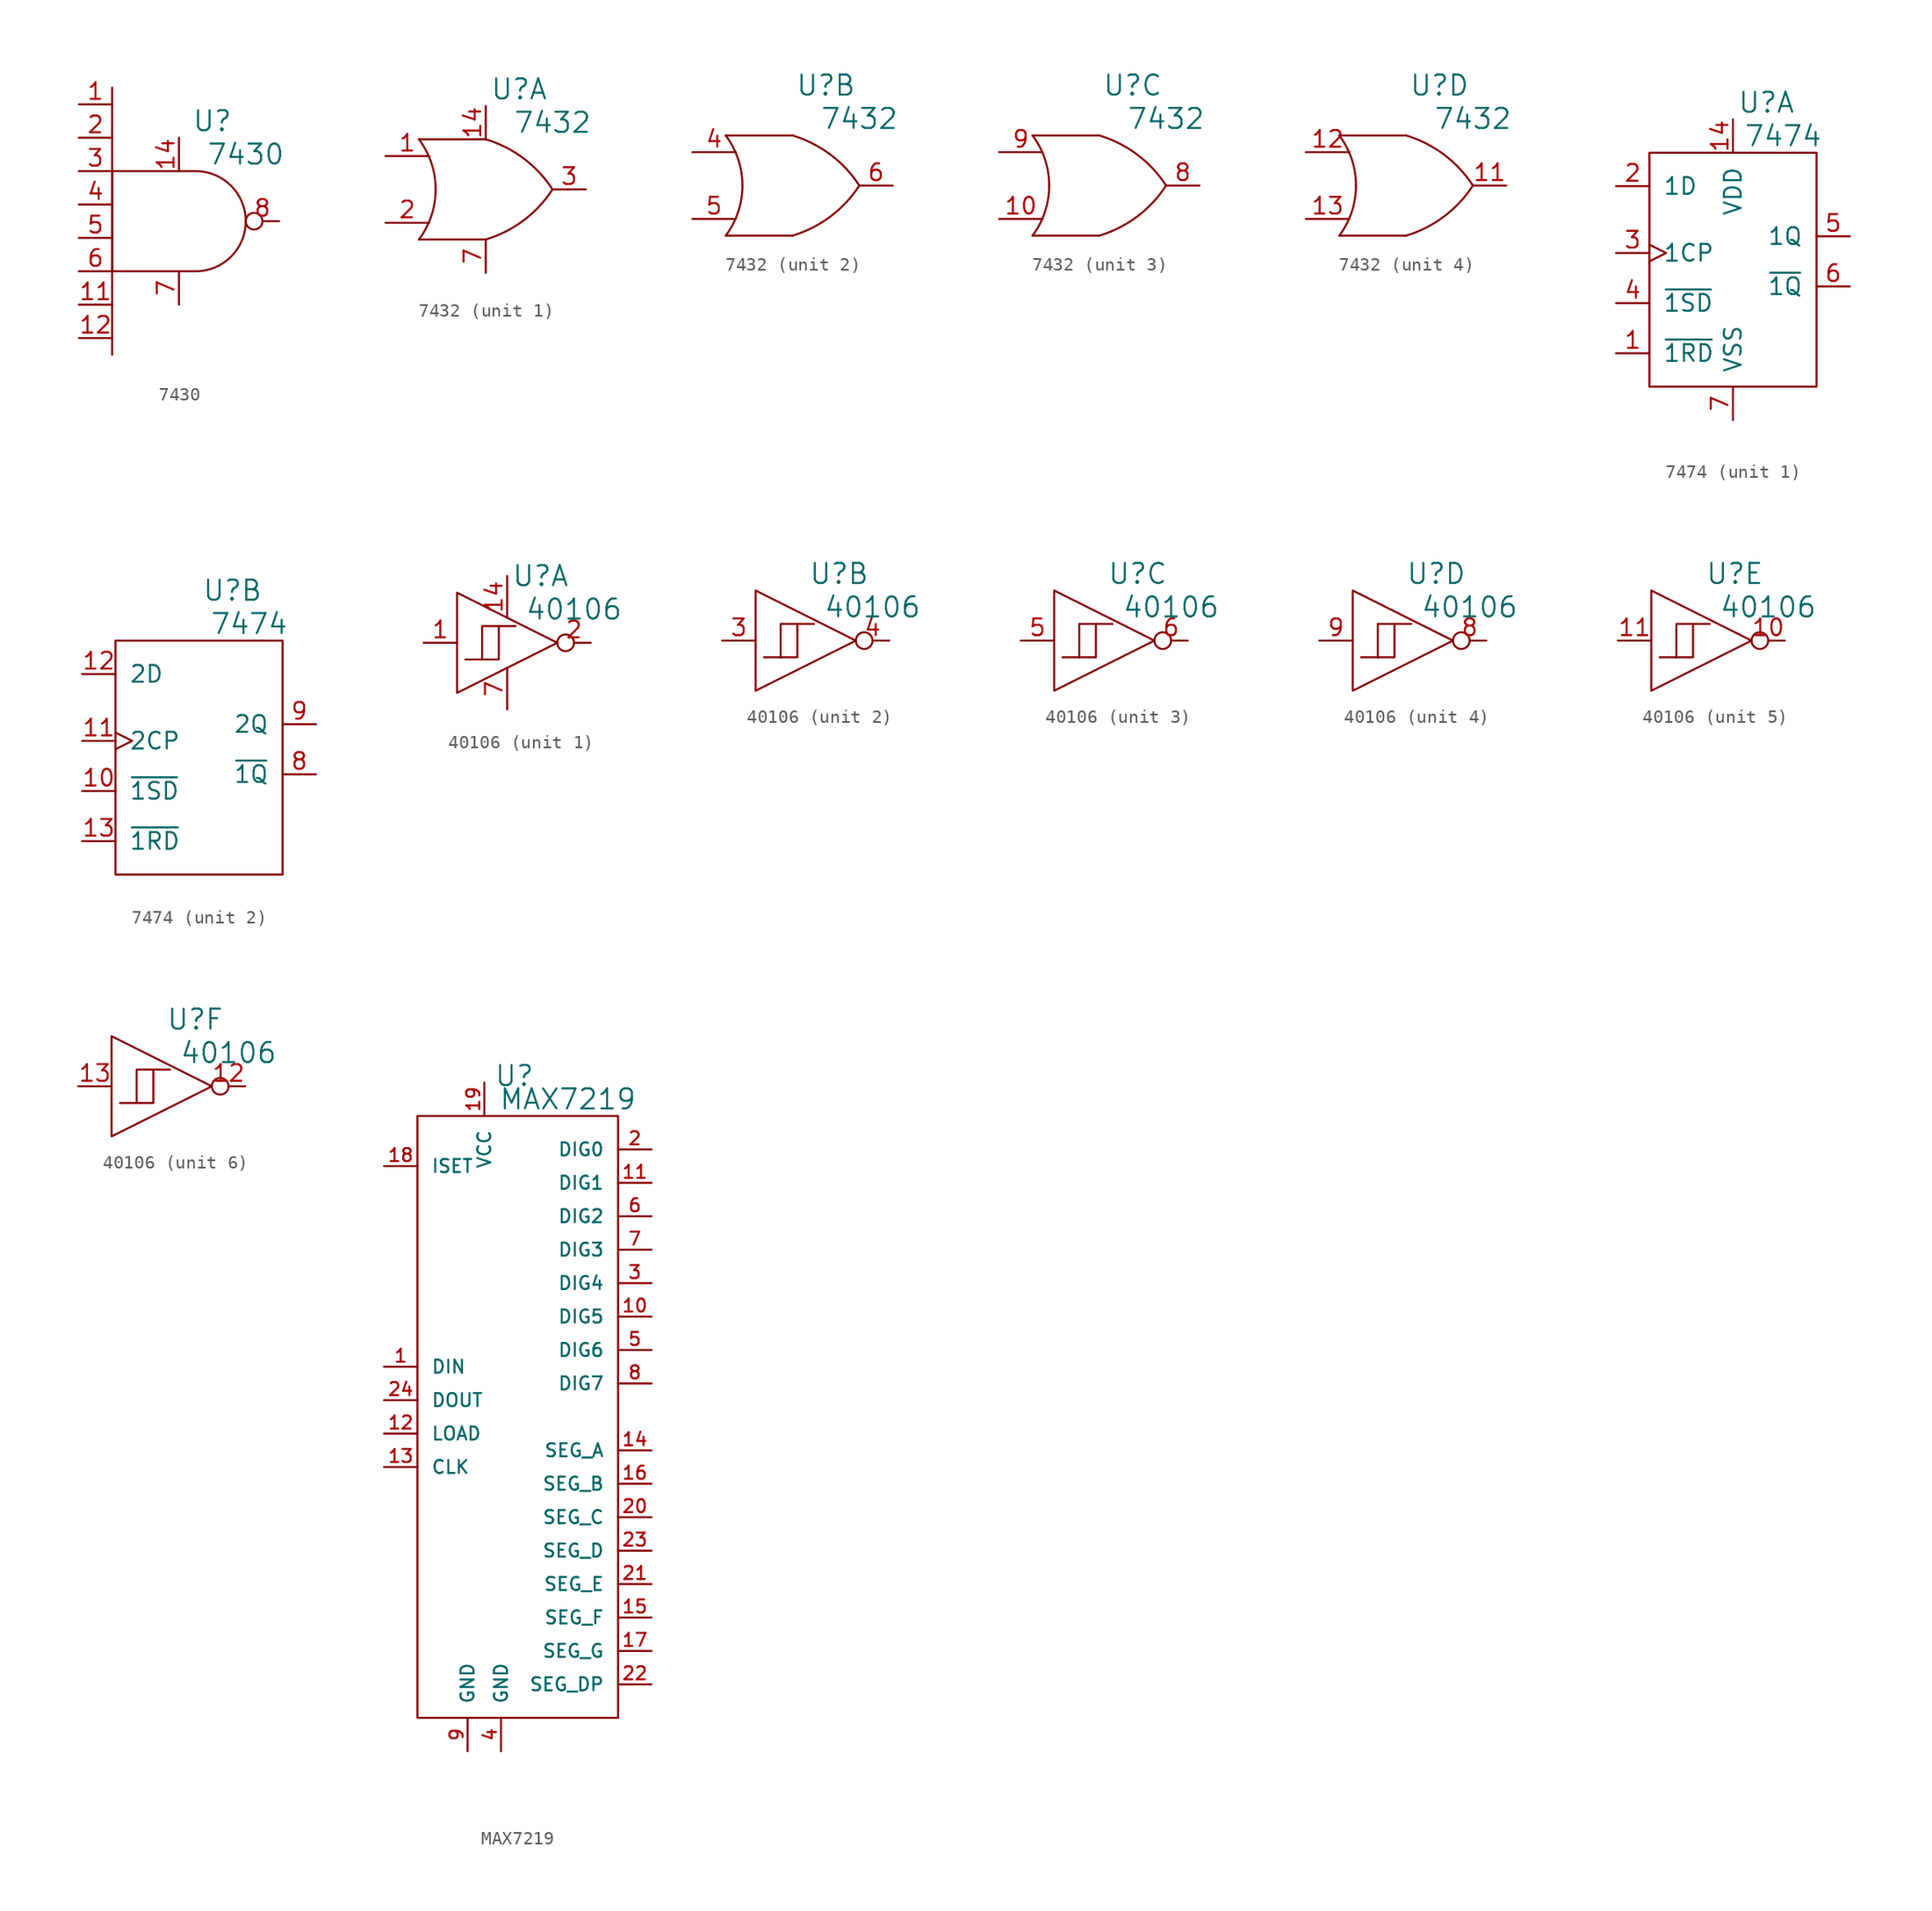
<source format=kicad_sym>
(kicad_symbol_lib
  (version 20220914)
  (generator kicad_symbol_editor)
  (symbol "7430"
    (pin_names
      (offset 1.016) hide)
    (property "Reference" "U"
      (at 2.54 7.62 0)
      (effects (font (size 1.524 1.524))))
    (property "Value" "7430"
      (at 5.08 5.08 0)
      (effects (font (size 1.524 1.524))))
    (property "Footprint" ""
      (at 0 0 0)
      (effects (font (size 1.524 1.524))))
    (property "Datasheet" ""
      (at 0 0 0)
      (effects (font (size 1.524 1.524))))
    (symbol "7430_0_1"
      (polyline (pts (xy -5.08 10.16) (xy -5.08 -10.16) (xy -5.08 -10.16)) (stroke (width 0) (type solid)) (fill (type none)))
      (polyline (pts (xy 1.27 3.81) (xy -5.08 3.81) (xy -5.08 -3.81) (xy 1.27 -3.81) (xy 1.27 -3.81)) (stroke (width 0) (type solid)) (fill (type none)))
      (arc (start 1.27 -3.81) (mid 5.0634 0) (end 1.27 3.81) (stroke (width 0) (type solid)) (fill (type none))))
    (symbol "7430_1_1"
      (pin passive line (at -7.62 8.89 0) (length 2.54) (name "1A" (effects (font (size 1.27 1.27)))) (number "1" (effects (font (size 1.27 1.27)))))
      (pin passive line (at -7.62 -6.35 0) (length 2.54) (name "1G" (effects (font (size 1.27 1.27)))) (number "11" (effects (font (size 1.27 1.27)))))
      (pin passive line (at -7.62 -8.89 0) (length 2.54) (name "1H" (effects (font (size 1.27 1.27)))) (number "12" (effects (font (size 1.27 1.27)))))
      (pin passive line (at 0 6.35 270) (length 2.54) (name "VDD" (effects (font (size 1.27 1.27)))) (number "14" (effects (font (size 1.27 1.27)))))
      (pin passive line (at -7.62 6.35 0) (length 2.54) (name "1B" (effects (font (size 1.27 1.27)))) (number "2" (effects (font (size 1.27 1.27)))))
      (pin passive line (at -7.62 3.81 0) (length 2.54) (name "1C" (effects (font (size 1.27 1.27)))) (number "3" (effects (font (size 1.27 1.27)))))
      (pin passive line (at -7.62 1.27 0) (length 2.54) (name "1D" (effects (font (size 1.27 1.27)))) (number "4" (effects (font (size 1.27 1.27)))))
      (pin passive line (at -7.62 -1.27 0) (length 2.54) (name "1E" (effects (font (size 1.27 1.27)))) (number "5" (effects (font (size 1.27 1.27)))))
      (pin passive line (at -7.62 -3.81 0) (length 2.54) (name "1F" (effects (font (size 1.27 1.27)))) (number "6" (effects (font (size 1.27 1.27)))))
      (pin passive line (at 0 -6.35 90) (length 2.54) (name "VSS" (effects (font (size 1.27 1.27)))) (number "7" (effects (font (size 1.27 1.27)))))
      (pin passive inverted (at 7.62 0 180) (length 2.54) (name "1Y" (effects (font (size 1.27 1.27)))) (number "8" (effects (font (size 1.27 1.27)))))))
  (symbol "7432"
    (pin_names
      (offset 1.016) hide)
    (property "Reference" "U"
      (at 2.54 7.62 0)
      (effects (font (size 1.524 1.524))))
    (property "Value" "7432"
      (at 5.08 5.08 0)
      (effects (font (size 1.524 1.524))))
    (property "Footprint" ""
      (at 0 0 0)
      (effects (font (size 1.524 1.524))))
    (property "Datasheet" ""
      (at 0 0 0)
      (effects (font (size 1.524 1.524))))
    (symbol "7432_0_1"
      (arc (start -5.08 -3.81) (mid -4.1359 -2.008) (end -3.81 0) (stroke (width 0) (type solid)) (fill (type none)))
      (arc (start -3.81 0) (mid -4.1359 2.008) (end -5.08 3.81) (stroke (width 0) (type solid)) (fill (type none)))
      (arc (start 0 -3.81) (mid 2.8791 -2.3571) (end 5.08 0) (stroke (width 0) (type solid)) (fill (type none)))
      (polyline (pts (xy -5.08 -3.81) (xy 0 -3.81) (xy 0 -3.81)) (stroke (width 0) (type solid)) (fill (type none)))
      (polyline (pts (xy 0 3.81) (xy -5.08 3.81) (xy -5.08 3.81)) (stroke (width 0) (type solid)) (fill (type none)))
      (arc (start 5.08 0) (mid 2.8791 2.3571) (end 0 3.81) (stroke (width 0) (type solid)) (fill (type none))))
    (symbol "7432_1_1"
      (pin passive line (at -7.62 2.54 0) (length 3.302) (name "1A" (effects (font (size 1.27 1.27)))) (number "1" (effects (font (size 1.27 1.27)))))
      (pin passive line (at 0 6.35 270) (length 2.54) (name "VDD" (effects (font (size 1.27 1.27)))) (number "14" (effects (font (size 1.27 1.27)))))
      (pin passive line (at -7.62 -2.54 0) (length 3.302) (name "1B" (effects (font (size 1.27 1.27)))) (number "2" (effects (font (size 1.27 1.27)))))
      (pin passive line (at 7.62 0 180) (length 2.54) (name "1Y" (effects (font (size 1.27 1.27)))) (number "3" (effects (font (size 1.27 1.27)))))
      (pin passive line (at 0 -6.35 90) (length 2.54) (name "VSS" (effects (font (size 1.27 1.27)))) (number "7" (effects (font (size 1.27 1.27))))))
    (symbol "7432_2_1"
      (pin passive line (at -7.62 2.54 0) (length 3.302) (name "2A" (effects (font (size 1.27 1.27)))) (number "4" (effects (font (size 1.27 1.27)))))
      (pin passive line (at -7.62 -2.54 0) (length 3.302) (name "2B" (effects (font (size 1.27 1.27)))) (number "5" (effects (font (size 1.27 1.27)))))
      (pin passive line (at 7.62 0 180) (length 2.54) (name "2Y" (effects (font (size 1.27 1.27)))) (number "6" (effects (font (size 1.27 1.27))))))
    (symbol "7432_3_1"
      (pin passive line (at -7.62 -2.54 0) (length 3.302) (name "3B" (effects (font (size 1.27 1.27)))) (number "10" (effects (font (size 1.27 1.27)))))
      (pin passive line (at 7.62 0 180) (length 2.54) (name "3Y" (effects (font (size 1.27 1.27)))) (number "8" (effects (font (size 1.27 1.27)))))
      (pin passive line (at -7.62 2.54 0) (length 3.302) (name "3A" (effects (font (size 1.27 1.27)))) (number "9" (effects (font (size 1.27 1.27))))))
    (symbol "7432_4_1"
      (pin passive line (at 7.62 0 180) (length 2.54) (name "4Y" (effects (font (size 1.27 1.27)))) (number "11" (effects (font (size 1.27 1.27)))))
      (pin passive line (at -7.62 2.54 0) (length 3.302) (name "4A" (effects (font (size 1.27 1.27)))) (number "12" (effects (font (size 1.27 1.27)))))
      (pin passive line (at -7.62 -2.54 0) (length 3.302) (name "4B" (effects (font (size 1.27 1.27)))) (number "13" (effects (font (size 1.27 1.27)))))))
  (symbol "7474"
    (pin_names
      (offset 1.016))
    (property "Reference" "U"
      (at 2.54 12.7 0)
      (effects (font (size 1.524 1.524))))
    (property "Value" "7474"
      (at 3.81 10.16 0)
      (effects (font (size 1.524 1.524))))
    (property "Footprint" ""
      (at 0 0 0)
      (effects (font (size 1.524 1.524))))
    (property "Datasheet" ""
      (at 0 0 0)
      (effects (font (size 1.524 1.524))))
    (symbol "7474_0_1"
      (rectangle (start 6.35 8.89) (end -6.35 -8.89) (stroke (width 0) (type solid)) (fill (type none))))
    (symbol "7474_1_1"
      (pin passive line (at -8.89 -6.35 0) (length 2.54) (name "~{1RD}" (effects (font (size 1.27 1.27)))) (number "1" (effects (font (size 1.27 1.27)))))
      (pin passive line (at 0 11.43 270) (length 2.54) (name "VDD" (effects (font (size 1.27 1.27)))) (number "14" (effects (font (size 1.27 1.27)))))
      (pin passive line (at -8.89 6.35 0) (length 2.54) (name "1D" (effects (font (size 1.27 1.27)))) (number "2" (effects (font (size 1.27 1.27)))))
      (pin passive clock (at -8.89 1.27 0) (length 2.54) (name "1CP" (effects (font (size 1.27 1.27)))) (number "3" (effects (font (size 1.27 1.27)))))
      (pin passive line (at -8.89 -2.54 0) (length 2.54) (name "~{1SD}" (effects (font (size 1.27 1.27)))) (number "4" (effects (font (size 1.27 1.27)))))
      (pin passive line (at 8.89 2.54 180) (length 2.54) (name "1Q" (effects (font (size 1.27 1.27)))) (number "5" (effects (font (size 1.27 1.27)))))
      (pin passive line (at 8.89 -1.27 180) (length 2.54) (name "~{1Q}" (effects (font (size 1.27 1.27)))) (number "6" (effects (font (size 1.27 1.27)))))
      (pin passive line (at 0 -11.43 90) (length 2.54) (name "VSS" (effects (font (size 1.27 1.27)))) (number "7" (effects (font (size 1.27 1.27))))))
    (symbol "7474_2_1"
      (pin passive line (at -8.89 -2.54 0) (length 2.54) (name "~{1SD}" (effects (font (size 1.27 1.27)))) (number "10" (effects (font (size 1.27 1.27)))))
      (pin passive clock (at -8.89 1.27 0) (length 2.54) (name "2CP" (effects (font (size 1.27 1.27)))) (number "11" (effects (font (size 1.27 1.27)))))
      (pin passive line (at -8.89 6.35 0) (length 2.54) (name "2D" (effects (font (size 1.27 1.27)))) (number "12" (effects (font (size 1.27 1.27)))))
      (pin passive line (at -8.89 -6.35 0) (length 2.54) (name "~{1RD}" (effects (font (size 1.27 1.27)))) (number "13" (effects (font (size 1.27 1.27)))))
      (pin passive line (at 8.89 -1.27 180) (length 2.54) (name "~{1Q}" (effects (font (size 1.27 1.27)))) (number "8" (effects (font (size 1.27 1.27)))))
      (pin passive line (at 8.89 2.54 180) (length 2.54) (name "2Q" (effects (font (size 1.27 1.27)))) (number "9" (effects (font (size 1.27 1.27)))))))
  (symbol "40106"
    (pin_names
      (offset 1.016) hide)
    (property "Reference" "U"
      (at 2.54 5.08 0)
      (effects (font (size 1.524 1.524))))
    (property "Value" "40106"
      (at 5.08 2.54 0)
      (effects (font (size 1.524 1.524))))
    (property "Footprint" ""
      (at 0 0 0)
      (effects (font (size 1.524 1.524))))
    (property "Datasheet" ""
      (at 0 0 0)
      (effects (font (size 1.524 1.524))))
    (symbol "40106_0_1"
      (polyline (pts (xy -0.635 1.27) (xy -1.905 1.27) (xy -1.905 -1.27) (xy -1.905 -1.27)) (stroke (width 0) (type solid)) (fill (type none)))
      (polyline (pts (xy -3.81 3.81) (xy -3.81 -3.81) (xy 3.81 0) (xy -3.81 3.81) (xy -3.81 3.81)) (stroke (width 0) (type solid)) (fill (type none)))
      (polyline (pts (xy -3.175 -1.27) (xy -0.635 -1.27) (xy -0.635 1.27) (xy 0.635 1.27) (xy 0.635 1.27)) (stroke (width 0) (type solid)) (fill (type none))))
    (symbol "40106_1_1"
      (pin passive line (at -6.35 0 0) (length 2.54) (name "1A" (effects (font (size 1.27 1.27)))) (number "1" (effects (font (size 1.27 1.27)))))
      (pin passive line (at 0 5.08 270) (length 3.175) (name "VDD" (effects (font (size 1.27 1.27)))) (number "14" (effects (font (size 1.27 1.27)))))
      (pin passive inverted (at 6.35 0 180) (length 2.54) (name "6Y" (effects (font (size 1.27 1.27)))) (number "2" (effects (font (size 1.27 1.27)))))
      (pin passive line (at 0 -5.08 90) (length 3.175) (name "VSS" (effects (font (size 1.27 1.27)))) (number "7" (effects (font (size 1.27 1.27))))))
    (symbol "40106_2_1"
      (pin passive line (at -6.35 0 0) (length 2.54) (name "2A" (effects (font (size 1.27 1.27)))) (number "3" (effects (font (size 1.27 1.27)))))
      (pin passive inverted (at 6.35 0 180) (length 2.54) (name "6Y" (effects (font (size 1.27 1.27)))) (number "4" (effects (font (size 1.27 1.27))))))
    (symbol "40106_3_1"
      (pin passive line (at -6.35 0 0) (length 2.54) (name "3A" (effects (font (size 1.27 1.27)))) (number "5" (effects (font (size 1.27 1.27)))))
      (pin passive inverted (at 6.35 0 180) (length 2.54) (name "6Y" (effects (font (size 1.27 1.27)))) (number "6" (effects (font (size 1.27 1.27))))))
    (symbol "40106_4_1"
      (pin passive inverted (at 6.35 0 180) (length 2.54) (name "6Y" (effects (font (size 1.27 1.27)))) (number "8" (effects (font (size 1.27 1.27)))))
      (pin passive line (at -6.35 0 0) (length 2.54) (name "4A" (effects (font (size 1.27 1.27)))) (number "9" (effects (font (size 1.27 1.27))))))
    (symbol "40106_5_1"
      (pin passive inverted (at 6.35 0 180) (length 2.54) (name "6Y" (effects (font (size 1.27 1.27)))) (number "10" (effects (font (size 1.27 1.27)))))
      (pin passive line (at -6.35 0 0) (length 2.54) (name "5A" (effects (font (size 1.27 1.27)))) (number "11" (effects (font (size 1.27 1.27))))))
    (symbol "40106_6_1"
      (pin passive inverted (at 6.35 0 180) (length 2.54) (name "6Y" (effects (font (size 1.27 1.27)))) (number "12" (effects (font (size 1.27 1.27)))))
      (pin passive line (at -6.35 0 0) (length 2.54) (name "6A" (effects (font (size 1.27 1.27)))) (number "13" (effects (font (size 1.27 1.27)))))))
  (symbol "MAX7219"
    (pin_names
      (offset 1.016))
    (property "Reference" "U"
      (at -0.254 25.908 0)
      (effects (font (size 1.524 1.524))))
    (property "Value" "MAX7219"
      (at 3.81 24.13 0)
      (effects (font (size 1.524 1.524))))
    (property "Footprint" ""
      (at -2.54 0 0)
      (effects (font (size 1.524 1.524))))
    (property "Datasheet" ""
      (at 0 0 0)
      (effects (font (size 1.524 1.524))))
    (symbol "MAX7219_0_1"
      (rectangle (start -7.62 22.86) (end 7.62 -22.86) (stroke (width 0) (type solid)) (fill (type none))))
    (symbol "MAX7219_1_1"
      (pin passive line (at -10.16 3.81 0) (length 2.54) (name "DIN" (effects (font (size 0.991 0.991)))) (number "1" (effects (font (size 0.991 0.991)))))
      (pin passive line (at 10.16 7.62 180) (length 2.54) (name "DIG5" (effects (font (size 0.991 0.991)))) (number "10" (effects (font (size 0.991 0.991)))))
      (pin passive line (at 10.16 17.78 180) (length 2.54) (name "DIG1" (effects (font (size 0.991 0.991)))) (number "11" (effects (font (size 0.991 0.991)))))
      (pin passive line (at -10.16 -1.27 0) (length 2.54) (name "LOAD" (effects (font (size 0.991 0.991)))) (number "12" (effects (font (size 0.991 0.991)))))
      (pin passive line (at -10.16 -3.81 0) (length 2.54) (name "CLK" (effects (font (size 0.991 0.991)))) (number "13" (effects (font (size 0.991 0.991)))))
      (pin passive line (at 10.16 -2.54 180) (length 2.54) (name "SEG_A" (effects (font (size 0.991 0.991)))) (number "14" (effects (font (size 0.991 0.991)))))
      (pin passive line (at 10.16 -15.24 180) (length 2.54) (name "SEG_F" (effects (font (size 0.991 0.991)))) (number "15" (effects (font (size 0.991 0.991)))))
      (pin passive line (at 10.16 -5.08 180) (length 2.54) (name "SEG_B" (effects (font (size 0.991 0.991)))) (number "16" (effects (font (size 0.991 0.991)))))
      (pin passive line (at 10.16 -17.78 180) (length 2.54) (name "SEG_G" (effects (font (size 0.991 0.991)))) (number "17" (effects (font (size 0.991 0.991)))))
      (pin passive line (at -10.16 19.05 0) (length 2.54) (name "ISET" (effects (font (size 0.991 0.991)))) (number "18" (effects (font (size 0.991 0.991)))))
      (pin passive line (at -2.54 25.4 270) (length 2.54) (name "VCC" (effects (font (size 0.991 0.991)))) (number "19" (effects (font (size 0.991 0.991)))))
      (pin passive line (at 10.16 20.32 180) (length 2.54) (name "DIG0" (effects (font (size 0.991 0.991)))) (number "2" (effects (font (size 0.991 0.991)))))
      (pin passive line (at 10.16 -7.62 180) (length 2.54) (name "SEG_C" (effects (font (size 0.991 0.991)))) (number "20" (effects (font (size 0.991 0.991)))))
      (pin passive line (at 10.16 -12.7 180) (length 2.54) (name "SEG_E" (effects (font (size 0.991 0.991)))) (number "21" (effects (font (size 0.991 0.991)))))
      (pin passive line (at 10.16 -20.32 180) (length 2.54) (name "SEG_DP" (effects (font (size 0.991 0.991)))) (number "22" (effects (font (size 0.991 0.991)))))
      (pin passive line (at 10.16 -10.16 180) (length 2.54) (name "SEG_D" (effects (font (size 0.991 0.991)))) (number "23" (effects (font (size 0.991 0.991)))))
      (pin passive line (at -10.16 1.27 0) (length 2.54) (name "DOUT" (effects (font (size 0.991 0.991)))) (number "24" (effects (font (size 0.991 0.991)))))
      (pin passive line (at 10.16 10.16 180) (length 2.54) (name "DIG4" (effects (font (size 0.991 0.991)))) (number "3" (effects (font (size 0.991 0.991)))))
      (pin passive line (at -1.27 -25.4 90) (length 2.54) (name "GND" (effects (font (size 0.991 0.991)))) (number "4" (effects (font (size 0.991 0.991)))))
      (pin passive line (at 10.16 5.08 180) (length 2.54) (name "DIG6" (effects (font (size 0.991 0.991)))) (number "5" (effects (font (size 0.991 0.991)))))
      (pin passive line (at 10.16 15.24 180) (length 2.54) (name "DIG2" (effects (font (size 0.991 0.991)))) (number "6" (effects (font (size 0.991 0.991)))))
      (pin passive line (at 10.16 12.7 180) (length 2.54) (name "DIG3" (effects (font (size 0.991 0.991)))) (number "7" (effects (font (size 0.991 0.991)))))
      (pin passive line (at 10.16 2.54 180) (length 2.54) (name "DIG7" (effects (font (size 0.991 0.991)))) (number "8" (effects (font (size 0.991 0.991)))))
      (pin passive line (at -3.81 -25.4 90) (length 2.54) (name "GND" (effects (font (size 0.991 0.991)))) (number "9" (effects (font (size 0.991 0.991))))))))
</source>
